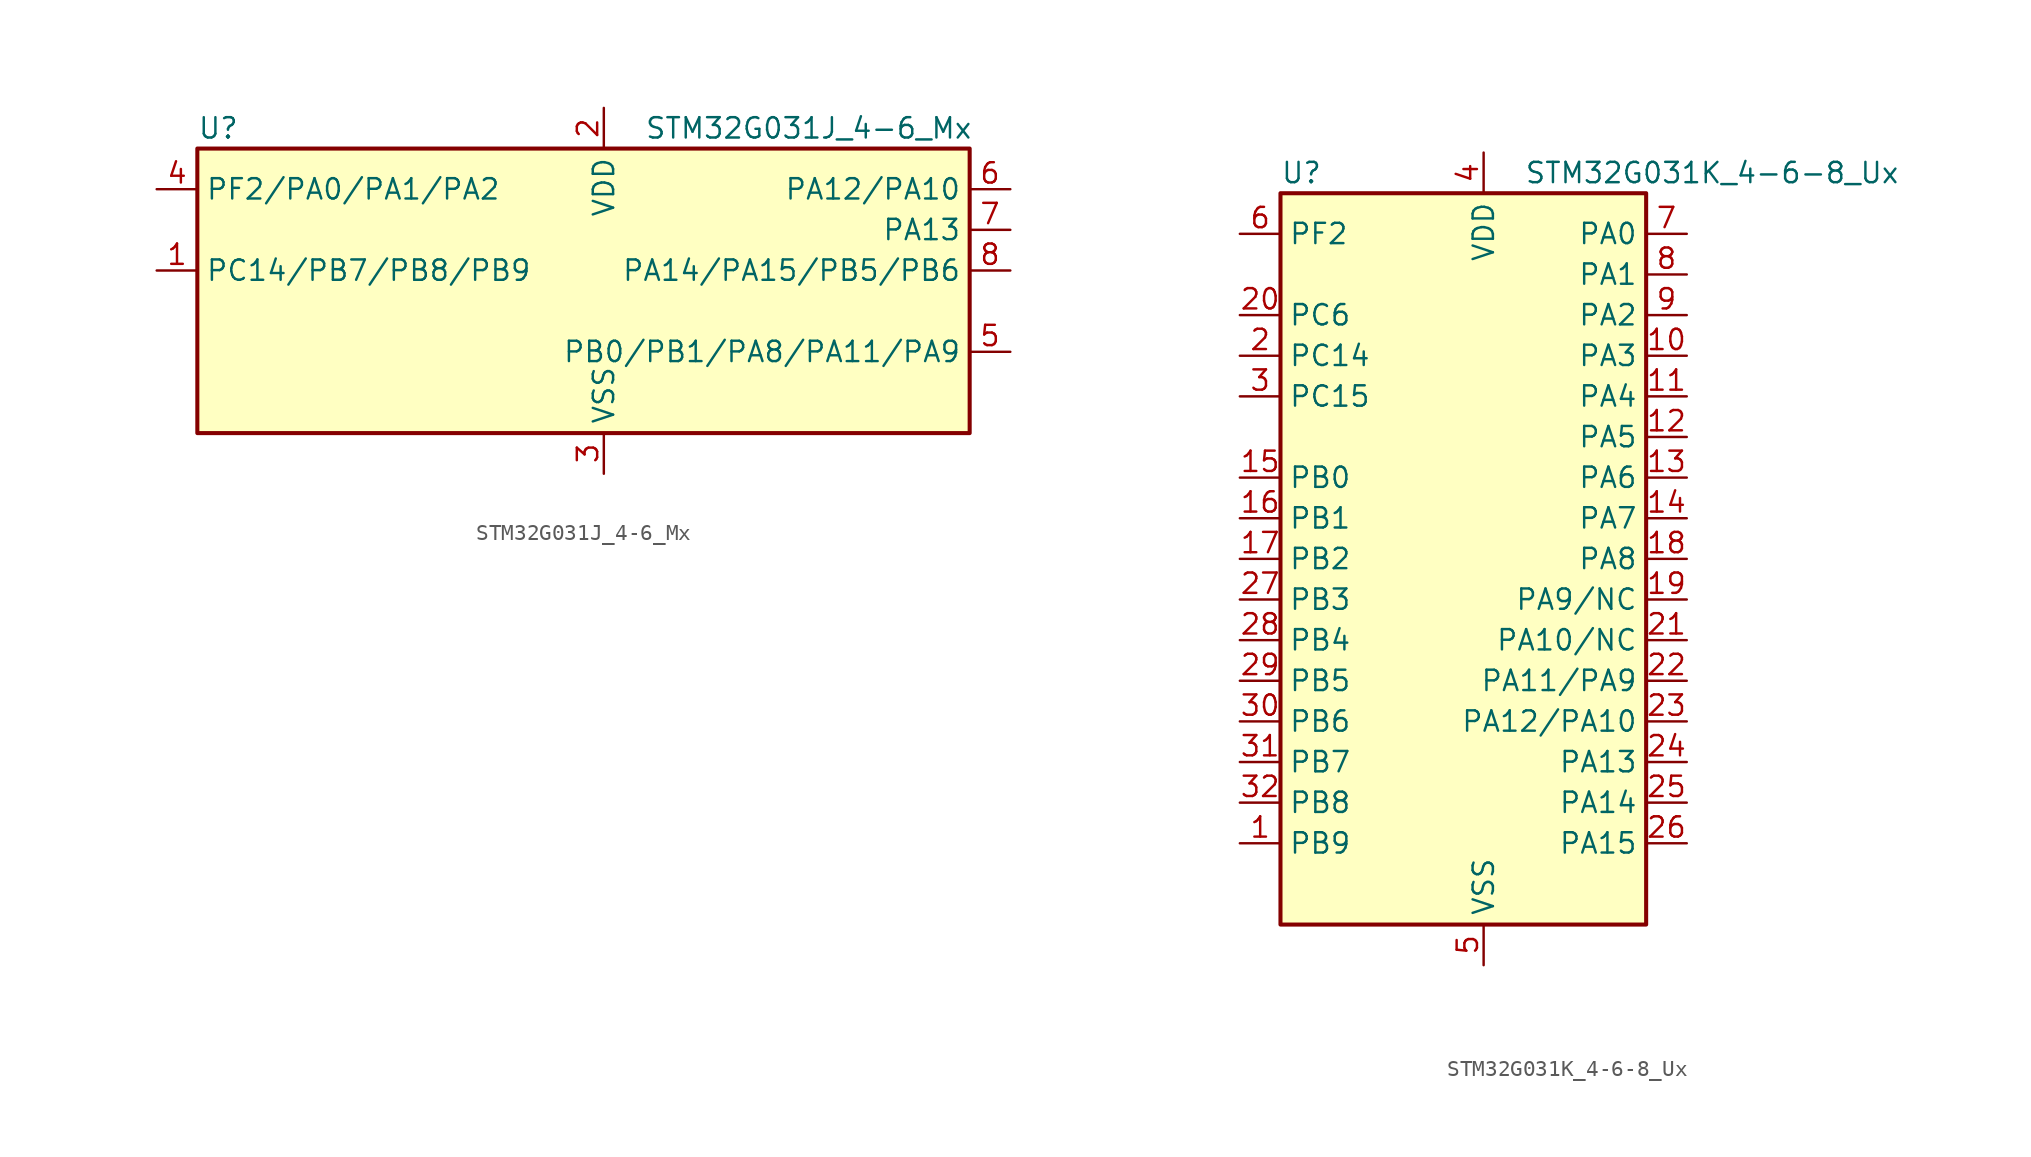
<source format=kicad_sym>
(kicad_symbol_lib
  (version 20220914)
  (generator kicad_symbol_editor)
  (symbol "STM32G031J_4-6_Mx"
    (property "Reference" "U"
      (at -22.86 11.43 0)
      (effects (font (size 1.27 1.27)) (justify left)))
    (property "Value" "STM32G031J_4-6_Mx"
      (at 5.08 11.43 0)
      (effects (font (size 1.27 1.27)) (justify left)))
    (property "ki_locked" ""
      (at 0 0 0)
      (effects (font (size 1.27 1.27))))
    (symbol "STM32G031J_4-6_Mx_0_1"
      (rectangle (start -22.86 -7.62) (end 25.4 10.16) (stroke (width 0.254) (type default)) (fill (type background))))
    (symbol "STM32G031J_4-6_Mx_1_1"
      (pin bidirectional line (at -25.4 2.54 0) (length 2.54) (name "PC14/PB7/PB8/PB9" (effects (font (size 1.27 1.27)))) (number "1" (effects (font (size 1.27 1.27)))) (alternate "RCC_OSC32_IN" bidirectional line) (alternate "RCC_OSC_IN" bidirectional line) (alternate "TIM1_BK2" bidirectional line))
      (pin power_in line (at 2.54 12.7 270) (length 2.54) (name "VDD" (effects (font (size 1.27 1.27)))) (number "2" (effects (font (size 1.27 1.27)))))
      (pin power_in line (at 2.54 -10.16 90) (length 2.54) (name "VSS" (effects (font (size 1.27 1.27)))) (number "3" (effects (font (size 1.27 1.27)))))
      (pin bidirectional line (at -25.4 7.62 0) (length 2.54) (name "PF2/PA0/PA1/PA2" (effects (font (size 1.27 1.27)))) (number "4" (effects (font (size 1.27 1.27)))) (alternate "RCC_MCO" bidirectional line))
      (pin bidirectional line (at 27.94 -2.54 180) (length 2.54) (name "PB0/PB1/PA8/PA11/PA9" (effects (font (size 1.27 1.27)))) (number "5" (effects (font (size 1.27 1.27)))) (alternate "ADC1_IN8" bidirectional line) (alternate "I2S1_WS" bidirectional line) (alternate "LPTIM1_OUT" bidirectional line) (alternate "SPI1_NSS" bidirectional line) (alternate "TIM1_CH2N" bidirectional line) (alternate "TIM3_CH3" bidirectional line))
      (pin bidirectional line (at 27.94 7.62 180) (length 2.54) (name "PA12/PA10" (effects (font (size 1.27 1.27)))) (number "6" (effects (font (size 1.27 1.27)))) (alternate "ADC1_IN16" bidirectional line) (alternate "I2C2_SDA" bidirectional line) (alternate "I2S1_SD" bidirectional line) (alternate "I2S_CKIN" bidirectional line) (alternate "SPI1_MOSI" bidirectional line) (alternate "TIM1_ETR" bidirectional line) (alternate "USART1_CK" bidirectional line) (alternate "USART1_DE" bidirectional line) (alternate "USART1_RTS" bidirectional line))
      (pin bidirectional line (at 27.94 5.08 180) (length 2.54) (name "PA13" (effects (font (size 1.27 1.27)))) (number "7" (effects (font (size 1.27 1.27)))) (alternate "ADC1_IN17" bidirectional line) (alternate "IR_OUT" bidirectional line) (alternate "SYS_SWDIO" bidirectional line))
      (pin bidirectional line (at 27.94 2.54 180) (length 2.54) (name "PA14/PA15/PB5/PB6" (effects (font (size 1.27 1.27)))) (number "8" (effects (font (size 1.27 1.27)))) (alternate "ADC1_IN18" bidirectional line) (alternate "SYS_SWCLK" bidirectional line) (alternate "USART2_TX" bidirectional line))))
  (symbol "STM32G031K_4-6-8_Ux"
    (property "Reference" "U"
      (at -10.16 24.13 0)
      (effects (font (size 1.27 1.27)) (justify left)))
    (property "Value" "STM32G031K_4-6-8_Ux"
      (at 5.08 24.13 0)
      (effects (font (size 1.27 1.27)) (justify left)))
    (property "ki_locked" ""
      (at 0 0 0)
      (effects (font (size 1.27 1.27))))
    (symbol "STM32G031K_4-6-8_Ux_0_1"
      (rectangle (start -10.16 -22.86) (end 12.7 22.86) (stroke (width 0.254) (type default)) (fill (type background))))
    (symbol "STM32G031K_4-6-8_Ux_1_1"
      (pin bidirectional line (at -12.7 -17.78 0) (length 2.54) (name "PB9" (effects (font (size 1.27 1.27)))) (number "1" (effects (font (size 1.27 1.27)))) (alternate "I2C1_SDA" bidirectional line) (alternate "IR_OUT" bidirectional line) (alternate "SPI2_NSS" bidirectional line) (alternate "TIM17_CH1" bidirectional line))
      (pin bidirectional line (at 15.24 12.7 180) (length 2.54) (name "PA3" (effects (font (size 1.27 1.27)))) (number "10" (effects (font (size 1.27 1.27)))) (alternate "ADC1_IN3" bidirectional line) (alternate "LPUART1_RX" bidirectional line) (alternate "SPI2_MISO" bidirectional line) (alternate "TIM2_CH4" bidirectional line) (alternate "USART2_RX" bidirectional line))
      (pin bidirectional line (at 15.24 10.16 180) (length 2.54) (name "PA4" (effects (font (size 1.27 1.27)))) (number "11" (effects (font (size 1.27 1.27)))) (alternate "ADC1_IN4" bidirectional line) (alternate "I2S1_WS" bidirectional line) (alternate "LPTIM2_OUT" bidirectional line) (alternate "RTC_OUT_ALARM" bidirectional line) (alternate "RTC_OUT_CALIB" bidirectional line) (alternate "RTC_TAMP_IN1" bidirectional line) (alternate "RTC_TS" bidirectional line) (alternate "SPI1_NSS" bidirectional line) (alternate "SPI2_MOSI" bidirectional line) (alternate "SYS_WKUP2" bidirectional line) (alternate "TIM14_CH1" bidirectional line))
      (pin bidirectional line (at 15.24 7.62 180) (length 2.54) (name "PA5" (effects (font (size 1.27 1.27)))) (number "12" (effects (font (size 1.27 1.27)))) (alternate "ADC1_IN5" bidirectional line) (alternate "I2S1_CK" bidirectional line) (alternate "LPTIM2_ETR" bidirectional line) (alternate "SPI1_SCK" bidirectional line) (alternate "TIM2_CH1" bidirectional line) (alternate "TIM2_ETR" bidirectional line))
      (pin bidirectional line (at 15.24 5.08 180) (length 2.54) (name "PA6" (effects (font (size 1.27 1.27)))) (number "13" (effects (font (size 1.27 1.27)))) (alternate "ADC1_IN6" bidirectional line) (alternate "I2S1_MCK" bidirectional line) (alternate "LPUART1_CTS" bidirectional line) (alternate "SPI1_MISO" bidirectional line) (alternate "TIM16_CH1" bidirectional line) (alternate "TIM1_BK" bidirectional line) (alternate "TIM3_CH1" bidirectional line))
      (pin bidirectional line (at 15.24 2.54 180) (length 2.54) (name "PA7" (effects (font (size 1.27 1.27)))) (number "14" (effects (font (size 1.27 1.27)))) (alternate "ADC1_IN7" bidirectional line) (alternate "I2S1_SD" bidirectional line) (alternate "SPI1_MOSI" bidirectional line) (alternate "TIM14_CH1" bidirectional line) (alternate "TIM17_CH1" bidirectional line) (alternate "TIM1_CH1N" bidirectional line) (alternate "TIM3_CH2" bidirectional line))
      (pin bidirectional line (at -12.7 5.08 0) (length 2.54) (name "PB0" (effects (font (size 1.27 1.27)))) (number "15" (effects (font (size 1.27 1.27)))) (alternate "ADC1_IN8" bidirectional line) (alternate "I2S1_WS" bidirectional line) (alternate "LPTIM1_OUT" bidirectional line) (alternate "SPI1_NSS" bidirectional line) (alternate "TIM1_CH2N" bidirectional line) (alternate "TIM3_CH3" bidirectional line))
      (pin bidirectional line (at -12.7 2.54 0) (length 2.54) (name "PB1" (effects (font (size 1.27 1.27)))) (number "16" (effects (font (size 1.27 1.27)))) (alternate "ADC1_IN9" bidirectional line) (alternate "LPTIM2_IN1" bidirectional line) (alternate "LPUART1_DE" bidirectional line) (alternate "LPUART1_RTS" bidirectional line) (alternate "TIM14_CH1" bidirectional line) (alternate "TIM1_CH3N" bidirectional line) (alternate "TIM3_CH4" bidirectional line))
      (pin bidirectional line (at -12.7 0 0) (length 2.54) (name "PB2" (effects (font (size 1.27 1.27)))) (number "17" (effects (font (size 1.27 1.27)))) (alternate "ADC1_IN10" bidirectional line) (alternate "LPTIM1_OUT" bidirectional line) (alternate "SPI2_MISO" bidirectional line))
      (pin bidirectional line (at 15.24 0 180) (length 2.54) (name "PA8" (effects (font (size 1.27 1.27)))) (number "18" (effects (font (size 1.27 1.27)))) (alternate "LPTIM2_OUT" bidirectional line) (alternate "RCC_MCO" bidirectional line) (alternate "SPI2_NSS" bidirectional line) (alternate "TIM1_CH1" bidirectional line))
      (pin bidirectional line (at 15.24 -2.54 180) (length 2.54) (name "PA9/NC" (effects (font (size 1.27 1.27)))) (number "19" (effects (font (size 1.27 1.27)))) (alternate "I2C1_SCL" bidirectional line) (alternate "RCC_MCO" bidirectional line) (alternate "SPI2_MISO" bidirectional line) (alternate "TIM1_CH2" bidirectional line) (alternate "USART1_TX" bidirectional line))
      (pin bidirectional line (at -12.7 12.7 0) (length 2.54) (name "PC14" (effects (font (size 1.27 1.27)))) (number "2" (effects (font (size 1.27 1.27)))) (alternate "RCC_OSC32_IN" bidirectional line) (alternate "RCC_OSC_IN" bidirectional line) (alternate "TIM1_BK2" bidirectional line))
      (pin bidirectional line (at -12.7 15.24 0) (length 2.54) (name "PC6" (effects (font (size 1.27 1.27)))) (number "20" (effects (font (size 1.27 1.27)))) (alternate "TIM2_CH3" bidirectional line) (alternate "TIM3_CH1" bidirectional line))
      (pin bidirectional line (at 15.24 -5.08 180) (length 2.54) (name "PA10/NC" (effects (font (size 1.27 1.27)))) (number "21" (effects (font (size 1.27 1.27)))) (alternate "I2C1_SDA" bidirectional line) (alternate "SPI2_MOSI" bidirectional line) (alternate "TIM17_BK" bidirectional line) (alternate "TIM1_CH3" bidirectional line) (alternate "USART1_RX" bidirectional line))
      (pin bidirectional line (at 15.24 -7.62 180) (length 2.54) (name "PA11/PA9" (effects (font (size 1.27 1.27)))) (number "22" (effects (font (size 1.27 1.27)))) (alternate "ADC1_EXTI11" bidirectional line) (alternate "ADC1_IN15" bidirectional line) (alternate "I2C2_SCL" bidirectional line) (alternate "I2S1_MCK" bidirectional line) (alternate "SPI1_MISO" bidirectional line) (alternate "TIM1_BK2" bidirectional line) (alternate "TIM1_CH4" bidirectional line) (alternate "USART1_CTS" bidirectional line) (alternate "USART1_NSS" bidirectional line))
      (pin bidirectional line (at 15.24 -10.16 180) (length 2.54) (name "PA12/PA10" (effects (font (size 1.27 1.27)))) (number "23" (effects (font (size 1.27 1.27)))) (alternate "ADC1_IN16" bidirectional line) (alternate "I2C2_SDA" bidirectional line) (alternate "I2S1_SD" bidirectional line) (alternate "I2S_CKIN" bidirectional line) (alternate "SPI1_MOSI" bidirectional line) (alternate "TIM1_ETR" bidirectional line) (alternate "USART1_CK" bidirectional line) (alternate "USART1_DE" bidirectional line) (alternate "USART1_RTS" bidirectional line))
      (pin bidirectional line (at 15.24 -12.7 180) (length 2.54) (name "PA13" (effects (font (size 1.27 1.27)))) (number "24" (effects (font (size 1.27 1.27)))) (alternate "ADC1_IN17" bidirectional line) (alternate "IR_OUT" bidirectional line) (alternate "SYS_SWDIO" bidirectional line))
      (pin bidirectional line (at 15.24 -15.24 180) (length 2.54) (name "PA14" (effects (font (size 1.27 1.27)))) (number "25" (effects (font (size 1.27 1.27)))) (alternate "ADC1_IN18" bidirectional line) (alternate "SYS_SWCLK" bidirectional line) (alternate "USART2_TX" bidirectional line))
      (pin bidirectional line (at 15.24 -17.78 180) (length 2.54) (name "PA15" (effects (font (size 1.27 1.27)))) (number "26" (effects (font (size 1.27 1.27)))) (alternate "I2S1_WS" bidirectional line) (alternate "SPI1_NSS" bidirectional line) (alternate "TIM2_CH1" bidirectional line) (alternate "TIM2_ETR" bidirectional line) (alternate "USART2_RX" bidirectional line))
      (pin bidirectional line (at -12.7 -2.54 0) (length 2.54) (name "PB3" (effects (font (size 1.27 1.27)))) (number "27" (effects (font (size 1.27 1.27)))) (alternate "I2S1_CK" bidirectional line) (alternate "SPI1_SCK" bidirectional line) (alternate "TIM1_CH2" bidirectional line) (alternate "TIM2_CH2" bidirectional line) (alternate "USART1_CK" bidirectional line) (alternate "USART1_DE" bidirectional line) (alternate "USART1_RTS" bidirectional line))
      (pin bidirectional line (at -12.7 -5.08 0) (length 2.54) (name "PB4" (effects (font (size 1.27 1.27)))) (number "28" (effects (font (size 1.27 1.27)))) (alternate "I2S1_MCK" bidirectional line) (alternate "SPI1_MISO" bidirectional line) (alternate "TIM17_BK" bidirectional line) (alternate "TIM3_CH1" bidirectional line) (alternate "USART1_CTS" bidirectional line) (alternate "USART1_NSS" bidirectional line))
      (pin bidirectional line (at -12.7 -7.62 0) (length 2.54) (name "PB5" (effects (font (size 1.27 1.27)))) (number "29" (effects (font (size 1.27 1.27)))) (alternate "I2C1_SMBA" bidirectional line) (alternate "I2S1_SD" bidirectional line) (alternate "LPTIM1_IN1" bidirectional line) (alternate "SPI1_MOSI" bidirectional line) (alternate "SYS_WKUP6" bidirectional line) (alternate "TIM16_BK" bidirectional line) (alternate "TIM3_CH2" bidirectional line))
      (pin bidirectional line (at -12.7 10.16 0) (length 2.54) (name "PC15" (effects (font (size 1.27 1.27)))) (number "3" (effects (font (size 1.27 1.27)))) (alternate "RCC_OSC32_EN" bidirectional line) (alternate "RCC_OSC32_OUT" bidirectional line) (alternate "RCC_OSC_EN" bidirectional line))
      (pin bidirectional line (at -12.7 -10.16 0) (length 2.54) (name "PB6" (effects (font (size 1.27 1.27)))) (number "30" (effects (font (size 1.27 1.27)))) (alternate "I2C1_SCL" bidirectional line) (alternate "LPTIM1_ETR" bidirectional line) (alternate "SPI2_MISO" bidirectional line) (alternate "TIM16_CH1N" bidirectional line) (alternate "TIM1_CH3" bidirectional line) (alternate "USART1_TX" bidirectional line))
      (pin bidirectional line (at -12.7 -12.7 0) (length 2.54) (name "PB7" (effects (font (size 1.27 1.27)))) (number "31" (effects (font (size 1.27 1.27)))) (alternate "ADC1_IN11" bidirectional line) (alternate "I2C1_SDA" bidirectional line) (alternate "LPTIM1_IN2" bidirectional line) (alternate "SPI2_MOSI" bidirectional line) (alternate "SYS_PVD_IN" bidirectional line) (alternate "TIM17_CH1N" bidirectional line) (alternate "USART1_RX" bidirectional line))
      (pin bidirectional line (at -12.7 -15.24 0) (length 2.54) (name "PB8" (effects (font (size 1.27 1.27)))) (number "32" (effects (font (size 1.27 1.27)))) (alternate "I2C1_SCL" bidirectional line) (alternate "SPI2_SCK" bidirectional line) (alternate "TIM16_CH1" bidirectional line))
      (pin passive line (at 2.54 -25.4 90) (length 2.54) hide (name "VSS" (effects (font (size 1.27 1.27)))) (number "33" (effects (font (size 1.27 1.27)))))
      (pin power_in line (at 2.54 25.4 270) (length 2.54) (name "VDD" (effects (font (size 1.27 1.27)))) (number "4" (effects (font (size 1.27 1.27)))))
      (pin power_in line (at 2.54 -25.4 90) (length 2.54) (name "VSS" (effects (font (size 1.27 1.27)))) (number "5" (effects (font (size 1.27 1.27)))))
      (pin bidirectional line (at -12.7 20.32 0) (length 2.54) (name "PF2" (effects (font (size 1.27 1.27)))) (number "6" (effects (font (size 1.27 1.27)))) (alternate "RCC_MCO" bidirectional line))
      (pin bidirectional line (at 15.24 20.32 180) (length 2.54) (name "PA0" (effects (font (size 1.27 1.27)))) (number "7" (effects (font (size 1.27 1.27)))) (alternate "ADC1_IN0" bidirectional line) (alternate "LPTIM1_OUT" bidirectional line) (alternate "RTC_TAMP_IN2" bidirectional line) (alternate "SPI2_SCK" bidirectional line) (alternate "SYS_WKUP1" bidirectional line) (alternate "TIM2_CH1" bidirectional line) (alternate "TIM2_ETR" bidirectional line) (alternate "USART2_CTS" bidirectional line) (alternate "USART2_NSS" bidirectional line))
      (pin bidirectional line (at 15.24 17.78 180) (length 2.54) (name "PA1" (effects (font (size 1.27 1.27)))) (number "8" (effects (font (size 1.27 1.27)))) (alternate "ADC1_IN1" bidirectional line) (alternate "I2C1_SMBA" bidirectional line) (alternate "I2S1_CK" bidirectional line) (alternate "SPI1_SCK" bidirectional line) (alternate "TIM2_CH2" bidirectional line) (alternate "USART2_CK" bidirectional line) (alternate "USART2_DE" bidirectional line) (alternate "USART2_RTS" bidirectional line))
      (pin bidirectional line (at 15.24 15.24 180) (length 2.54) (name "PA2" (effects (font (size 1.27 1.27)))) (number "9" (effects (font (size 1.27 1.27)))) (alternate "ADC1_IN2" bidirectional line) (alternate "I2S1_SD" bidirectional line) (alternate "LPUART1_TX" bidirectional line) (alternate "RCC_LSCO" bidirectional line) (alternate "SPI1_MOSI" bidirectional line) (alternate "SYS_WKUP4" bidirectional line) (alternate "TIM2_CH3" bidirectional line) (alternate "USART2_TX" bidirectional line)))))
</source>
